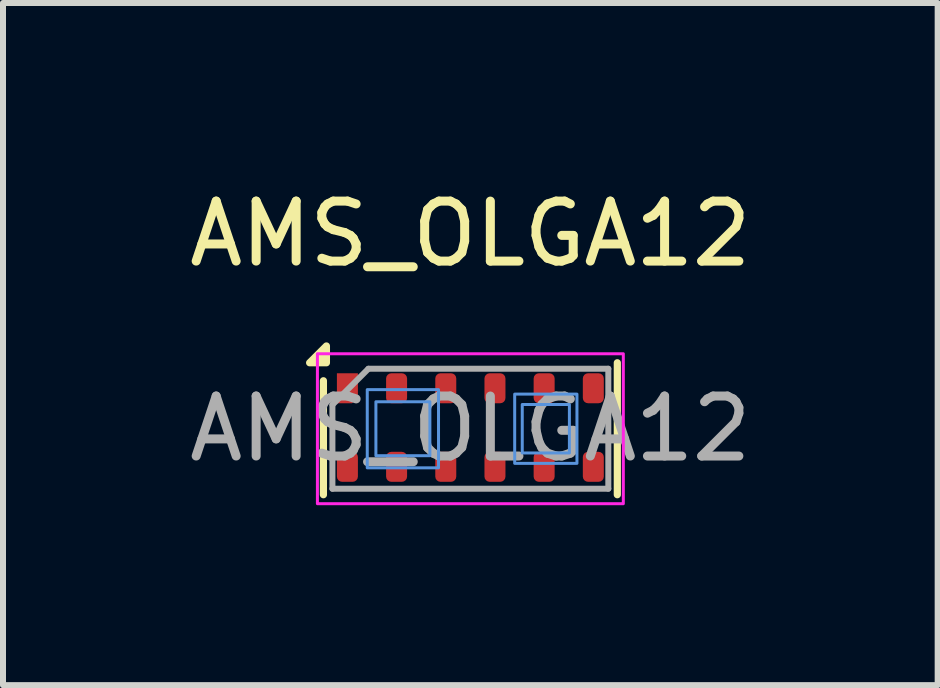
<source format=kicad_pcb>
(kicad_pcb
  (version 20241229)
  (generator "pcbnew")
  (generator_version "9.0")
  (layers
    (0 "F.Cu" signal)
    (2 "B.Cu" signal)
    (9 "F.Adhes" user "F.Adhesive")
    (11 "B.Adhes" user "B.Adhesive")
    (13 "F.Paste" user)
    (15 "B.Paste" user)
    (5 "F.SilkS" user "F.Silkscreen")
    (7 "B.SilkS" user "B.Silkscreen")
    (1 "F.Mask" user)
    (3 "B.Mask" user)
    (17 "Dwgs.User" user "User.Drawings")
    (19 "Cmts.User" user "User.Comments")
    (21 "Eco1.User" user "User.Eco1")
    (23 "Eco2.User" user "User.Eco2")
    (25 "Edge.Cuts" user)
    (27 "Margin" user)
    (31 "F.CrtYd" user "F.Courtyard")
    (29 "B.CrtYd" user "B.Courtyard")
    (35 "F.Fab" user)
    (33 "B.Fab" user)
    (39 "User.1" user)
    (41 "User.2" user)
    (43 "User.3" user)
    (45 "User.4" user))
  (footprint "AMS_OLGA12"
    (layer "F.Cu")
    (at 4.792 4.098)
    (property "Reference" "AMS_OLGA12" (at 0 -3.25 0) (layer "F.SilkS") (effects (font (size 1 1) (thickness 0.15))))
    (attr smd)
    (fp_line (start -2.45 -0.8) (end -2.45 1.1) (stroke (width 0.12) (type default)) (layer "F.SilkS"))
    (fp_line (start 2.45 -1.1) (end 2.45 1.1) (stroke (width 0.12) (type default)) (layer "F.SilkS"))
    (fp_poly (pts (xy -2.4 -1.1) (xy -2.68 -1.1) (xy -2.4 -1.38) (xy -2.4 -1.1)) (stroke (width 0.12) (type solid)) (fill yes) (layer "F.SilkS"))
    (fp_rect (start -0.675 -0.45) (end -1.575 0.45) (stroke (width 0.05) (type default)) (fill no) (layer "Cmts.User"))
    (fp_rect (start -0.531 -0.652) (end -1.719 0.652) (stroke (width 0.05) (type default)) (fill no) (layer "Cmts.User"))
    (fp_rect (start 1.651 -0.404) (end 0.865 0.404) (stroke (width 0.05) (type default)) (fill no) (layer "Cmts.User"))
    (fp_rect (start 1.777 -0.577) (end 0.739 0.577) (stroke (width 0.05) (type default)) (fill no) (layer "Cmts.User"))
    (fp_rect (start 2.55 -1.25) (end -2.55 1.25) (stroke (width 0.05) (type default)) (fill no) (layer "F.CrtYd"))
    (fp_line (start -2.3 1) (end -2.3 -0.4) (stroke (width 0.1) (type default)) (layer "F.Fab"))
    (fp_line (start -2.3 1) (end 2.3 1) (stroke (width 0.1) (type default)) (layer "F.Fab"))
    (fp_line (start -1.7 -1) (end -2.3 -0.4) (stroke (width 0.1) (type default)) (layer "F.Fab"))
    (fp_line (start 2.3 -1) (end -1.7 -1) (stroke (width 0.1) (type default)) (layer "F.Fab"))
    (fp_line (start 2.3 -1) (end 2.3 1) (stroke (width 0.1) (type default)) (layer "F.Fab"))
    (fp_text user "${REFERENCE}" (at 0 0 0) (layer "F.Fab") (effects (font (size 1 1) (thickness 0.15))))
    (pad "1" smd roundrect (at -2.05 -0.675 270) (size 0.5 0.35) (layers "F.Cu" "F.Mask" "F.Paste") (roundrect_rratio 0) (chamfer_ratio 0.28) (chamfer top_right))
    (pad "2" smd roundrect (at -1.23 -0.675 270) (size 0.5 0.35) (layers "F.Cu" "F.Mask" "F.Paste") (roundrect_rratio 0.25))
    (pad "3" smd roundrect (at -0.41 -0.675 270) (size 0.5 0.35) (layers "F.Cu" "F.Mask" "F.Paste") (roundrect_rratio 0.25))
    (pad "4" smd roundrect (at 0.41 -0.675 270) (size 0.5 0.35) (layers "F.Cu" "F.Mask" "F.Paste") (roundrect_rratio 0.25))
    (pad "5" smd roundrect (at 1.23 -0.675 270) (size 0.5 0.35) (layers "F.Cu" "F.Mask" "F.Paste") (roundrect_rratio 0.25))
    (pad "6" smd roundrect (at 2.05 -0.675 270) (size 0.5 0.35) (layers "F.Cu" "F.Mask" "F.Paste") (roundrect_rratio 0.25))
    (pad "7" smd roundrect (at 2.05 0.635 270) (size 0.5 0.35) (layers "F.Cu" "F.Mask" "F.Paste") (roundrect_rratio 0.25))
    (pad "8" smd roundrect (at 1.23 0.635 270) (size 0.5 0.35) (layers "F.Cu" "F.Mask" "F.Paste") (roundrect_rratio 0.25))
    (pad "9" smd roundrect (at 0.41 0.635 270) (size 0.5 0.35) (layers "F.Cu" "F.Mask" "F.Paste") (roundrect_rratio 0.25))
    (pad "10" smd roundrect (at -0.41 0.635 270) (size 0.5 0.35) (layers "F.Cu" "F.Mask" "F.Paste") (roundrect_rratio 0.25))
    (pad "11" smd roundrect (at -1.23 0.635 270) (size 0.5 0.35) (layers "F.Cu" "F.Mask" "F.Paste") (roundrect_rratio 0.25))
    (pad "12" smd roundrect (at -2.05 0.635 270) (size 0.5 0.35) (layers "F.Cu" "F.Mask" "F.Paste") (roundrect_rratio 0.25)))
  (gr_rect
    (start -3 -3)
    (end 12.583 8.373)
    (stroke (width 0.1) (type default))
    (fill no)
    (layer "Edge.Cuts")))
</source>
